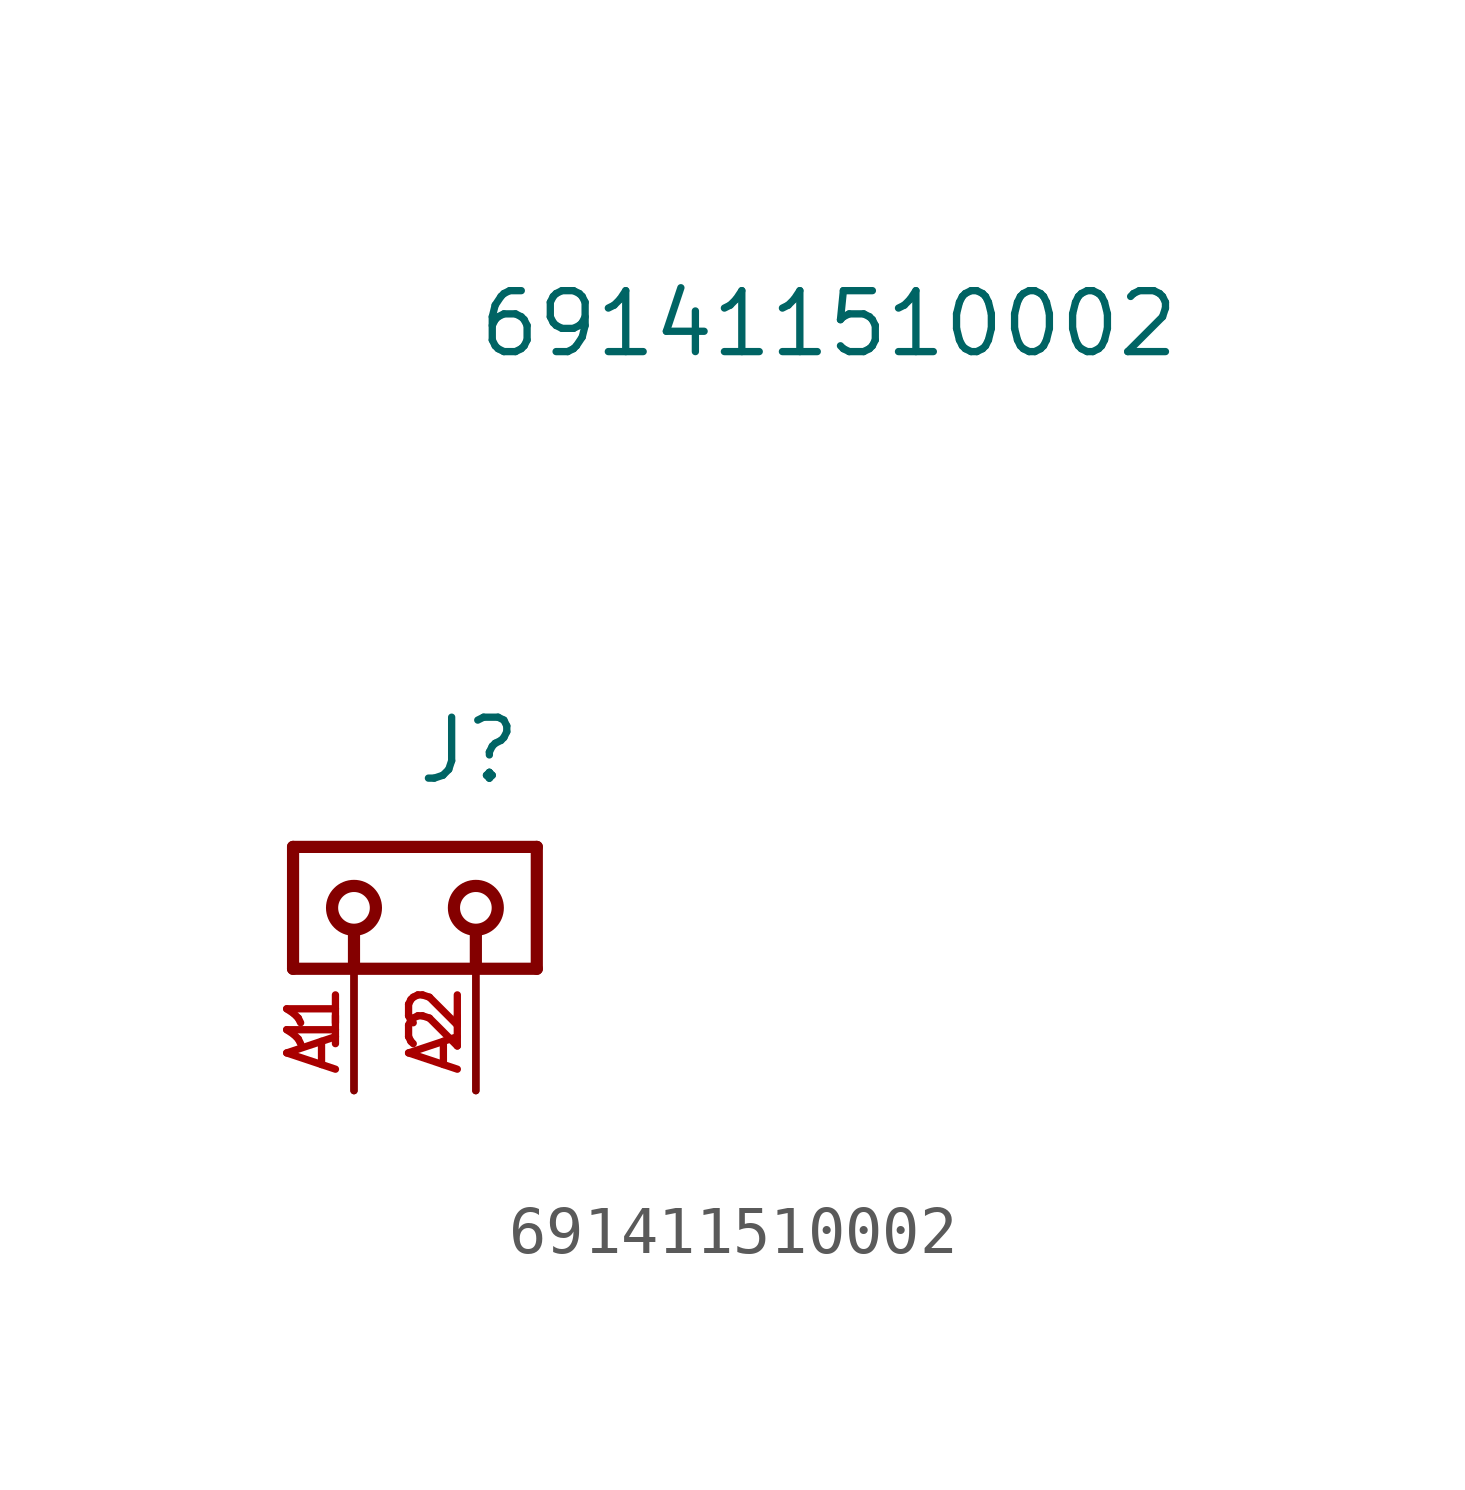
<source format=kicad_sym>
(kicad_symbol_lib
  (version 20211014)
  (generator kicad_symbol_editor)
  (symbol "691411510002"
    (pin_names
      (offset 1.016) hide)
    (property "Reference" "J"
      (at 0 2.54 0)
      (effects (font (size 1.27 1.27)) (justify left bottom)))
    (property "Value" "691411510002"
      (at 1.27 11.43 0)
      (effects (font (size 1.27 1.27)) (justify left bottom)))
    (symbol "691411510002_0_0"
      (circle (center -1.27 0) (radius 0.457) (stroke (width 0.254) (type default) (color 0 0 0 0)) (fill (type none)))
      (polyline (pts (xy -2.54 -1.27) (xy 2.54 -1.27)) (stroke (width 0.254) (type default) (color 0 0 0 0)) (fill (type none)))
      (polyline (pts (xy -2.54 1.27) (xy -2.54 -1.27)) (stroke (width 0.254) (type default) (color 0 0 0 0)) (fill (type none)))
      (polyline (pts (xy -1.27 -0.508) (xy -1.27 -1.27)) (stroke (width 0.254) (type default) (color 0 0 0 0)) (fill (type none)))
      (polyline (pts (xy 1.27 -0.508) (xy 1.27 -1.27)) (stroke (width 0.254) (type default) (color 0 0 0 0)) (fill (type none)))
      (polyline (pts (xy 2.54 -1.27) (xy 2.54 1.27)) (stroke (width 0.254) (type default) (color 0 0 0 0)) (fill (type none)))
      (polyline (pts (xy 2.54 1.27) (xy -2.54 1.27)) (stroke (width 0.254) (type default) (color 0 0 0 0)) (fill (type none)))
      (circle (center 1.27 0) (radius 0.457) (stroke (width 0.254) (type default) (color 0 0 0 0)) (fill (type none)))
      (pin passive line (at -1.27 -3.81 90) (length 2.54) (name "~" (effects (font (size 1.016 1.016)))) (number "1" (effects (font (size 1.016 1.016)))))
      (pin passive line (at 1.27 -3.81 90) (length 2.54) (name "~" (effects (font (size 1.016 1.016)))) (number "2" (effects (font (size 1.016 1.016)))))
      (pin passive line (at -1.27 -3.81 90) (length 2.54) (name "~" (effects (font (size 1.016 1.016)))) (number "A1" (effects (font (size 1.016 1.016)))))
      (pin passive line (at 1.27 -3.81 90) (length 2.54) (name "~" (effects (font (size 1.016 1.016)))) (number "A2" (effects (font (size 1.016 1.016))))))))
</source>
